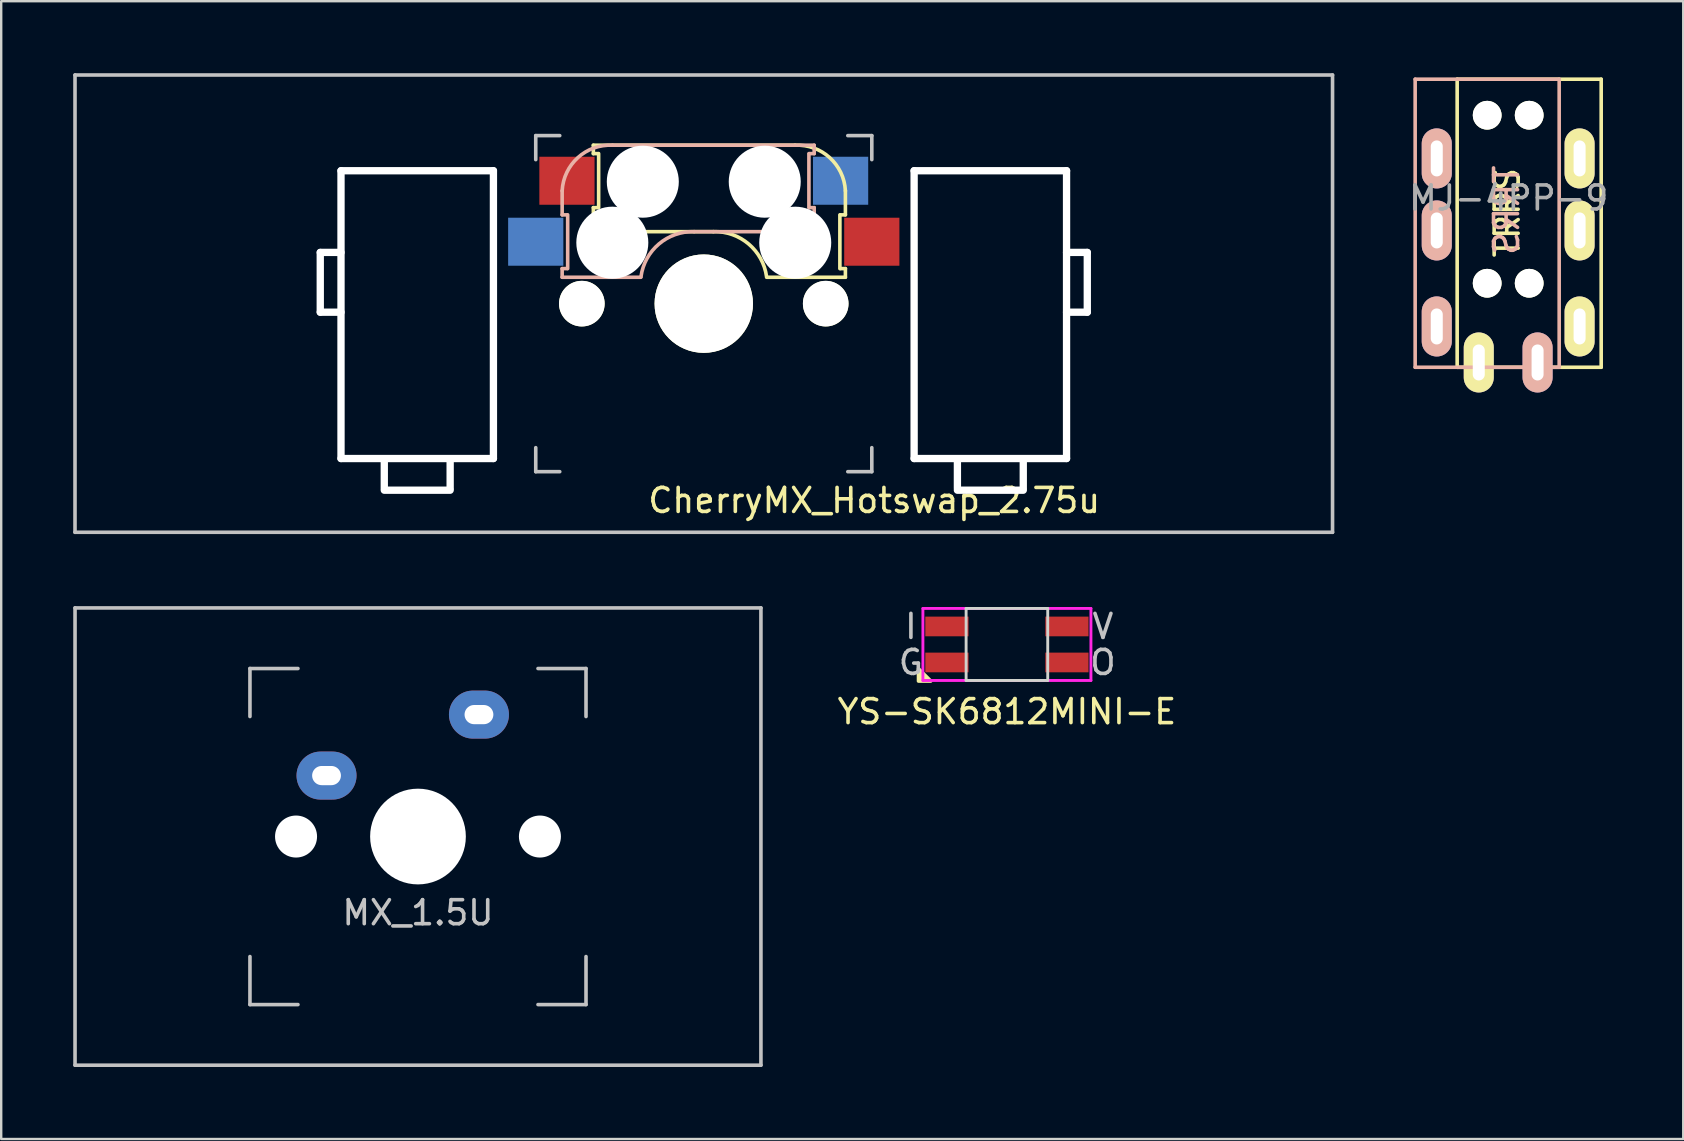
<source format=kicad_pcb>
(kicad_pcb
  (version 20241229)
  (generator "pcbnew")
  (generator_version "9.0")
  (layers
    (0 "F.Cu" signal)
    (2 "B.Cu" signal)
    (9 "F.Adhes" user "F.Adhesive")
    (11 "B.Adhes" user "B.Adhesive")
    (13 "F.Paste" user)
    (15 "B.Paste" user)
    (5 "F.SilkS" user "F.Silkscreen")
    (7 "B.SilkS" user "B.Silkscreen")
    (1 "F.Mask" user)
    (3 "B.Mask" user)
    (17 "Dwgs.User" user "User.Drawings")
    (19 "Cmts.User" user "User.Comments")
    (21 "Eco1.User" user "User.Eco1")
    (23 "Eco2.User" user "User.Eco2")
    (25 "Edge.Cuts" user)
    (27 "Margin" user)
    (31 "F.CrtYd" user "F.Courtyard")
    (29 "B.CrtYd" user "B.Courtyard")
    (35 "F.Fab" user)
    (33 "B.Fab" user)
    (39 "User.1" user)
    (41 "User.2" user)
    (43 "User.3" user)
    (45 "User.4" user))
  (footprint "MJ-4PP-9"
    (layer "F.Cu")
    (at 60.655 0.25)
    (property "Reference" "MJ-4PP-9" (at -0.85 4.95 0) (layer "F.Fab") (effects (font (size 1 1) (thickness 0.15))))
    (attr through_hole)
    (fp_line (start -3 0) (end 3 0) (stroke (width 0.15) (type solid)) (layer "F.SilkS"))
    (fp_line (start -3 12) (end -3 0) (stroke (width 0.15) (type solid)) (layer "F.SilkS"))
    (fp_line (start 3 0) (end 3 12) (stroke (width 0.15) (type solid)) (layer "F.SilkS"))
    (fp_line (start 3 12) (end -3 12) (stroke (width 0.15) (type solid)) (layer "F.SilkS"))
    (fp_line (start -4.75 0) (end 1.25 0) (stroke (width 0.15) (type solid)) (layer "B.SilkS"))
    (fp_line (start -4.75 12) (end -4.75 0) (stroke (width 0.15) (type solid)) (layer "B.SilkS"))
    (fp_line (start 1.25 0) (end 1.25 12) (stroke (width 0.15) (type solid)) (layer "B.SilkS"))
    (fp_line (start 1.25 12) (end -4.75 12) (stroke (width 0.15) (type solid)) (layer "B.SilkS"))
    (fp_text user "TRRS" (at -0.914 5.56 90) (layer "F.SilkS") (effects (font (size 1 1) (thickness 0.15))))
    (fp_text user "TRRS" (at -0.94 5.458 90) (layer "B.SilkS") (effects (font (size 1 1) (thickness 0.15)) (justify mirror)))
    (pad "" np_thru_hole circle (at -1.75 1.5) (size 1.2 1.2) (drill 1.2) (layers "*.Cu" "*.Mask" "F.SilkS"))
    (pad "" np_thru_hole circle (at -1.75 8.5) (size 1.2 1.2) (drill 1.2) (layers "*.Cu" "*.Mask" "F.SilkS"))
    (pad "" np_thru_hole circle (at 0 1.5) (size 1.2 1.2) (drill 1.2) (layers "*.Cu" "*.Mask" "F.SilkS"))
    (pad "" np_thru_hole circle (at 0 8.5) (size 1.2 1.2) (drill 1.2) (layers "*.Cu" "*.Mask" "F.SilkS"))
    (pad "A" thru_hole oval (at -2.1 11.8) (size 1.25 2.5) (drill oval 0.5 1.5) (layers "*.Cu" "B.Mask" "F.SilkS"))
    (pad "A" thru_hole oval (at 0.35 11.8) (size 1.25 2.5) (drill oval 0.5 1.5) (layers "*.Cu" "F.Mask" "B.SilkS"))
    (pad "B" thru_hole oval (at -3.85 3.3) (size 1.25 2.5) (drill oval 0.5 1.5) (layers "*.Cu" "F.Mask" "B.SilkS"))
    (pad "B" thru_hole oval (at 2.1 3.3) (size 1.25 2.5) (drill oval 0.5 1.5) (layers "*.Cu" "B.Mask" "F.SilkS"))
    (pad "C" thru_hole oval (at -3.85 6.3) (size 1.25 2.5) (drill oval 0.5 1.5) (layers "*.Cu" "F.Mask" "B.SilkS"))
    (pad "C" thru_hole oval (at 2.1 6.3) (size 1.25 2.5) (drill oval 0.5 1.5) (layers "*.Cu" "B.Mask" "F.SilkS"))
    (pad "D" thru_hole oval (at -3.85 10.3) (size 1.25 2.5) (drill oval 0.5 1.5) (layers "*.Cu" "F.Mask" "B.SilkS"))
    (pad "D" thru_hole oval (at 2.1 10.3) (size 1.25 2.5) (drill oval 0.5 1.5) (layers "*.Cu" "B.Mask" "F.SilkS")))
  (footprint "YS-SK6812MINI-E"
    (layer "F.Cu")
    (at 38.898 23.798)
    (property "Reference" "YS-SK6812MINI-E" (at 0 2.8 0) (layer "F.SilkS") (effects (font (size 1 1) (thickness 0.15))))
    (attr through_hole)
    (fp_poly (pts (xy -3.683 1.016) (xy -3.175 1.524) (xy -3.683 1.524)) (stroke (width 0.15) (type solid)) (fill yes) (layer "F.SilkS"))
    (fp_line (start -1.7 -1.5) (end -1.7 1.5) (stroke (width 0.12) (type solid)) (layer "Edge.Cuts"))
    (fp_line (start -1.7 1.5) (end 1.7 1.5) (stroke (width 0.12) (type solid)) (layer "Edge.Cuts"))
    (fp_line (start 1.7 -1.5) (end -1.7 -1.5) (stroke (width 0.12) (type solid)) (layer "Edge.Cuts"))
    (fp_line (start 1.7 1.5) (end 1.7 -1.5) (stroke (width 0.12) (type solid)) (layer "Edge.Cuts"))
    (fp_line (start -3.5 -1.5) (end -3.5 1.5) (stroke (width 0.12) (type solid)) (layer "F.CrtYd"))
    (fp_line (start -3.5 1.5) (end 3.5 1.5) (stroke (width 0.12) (type solid)) (layer "F.CrtYd"))
    (fp_line (start 3.5 -1.5) (end -3.5 -1.5) (stroke (width 0.12) (type solid)) (layer "F.CrtYd"))
    (fp_line (start 3.5 1.5) (end 3.5 -1.5) (stroke (width 0.12) (type solid)) (layer "F.CrtYd"))
    (fp_text user "O" (at 4 0.75 0) (layer "Dwgs.User") (effects (font (size 1 1) (thickness 0.15))))
    (fp_text user "G" (at -4 0.75 0) (layer "Dwgs.User") (effects (font (size 1 1) (thickness 0.15))))
    (fp_text user "I" (at -4 -0.75 0) (layer "Dwgs.User") (effects (font (size 1 1) (thickness 0.15))))
    (fp_text user "V" (at 4 -0.75 0) (layer "Dwgs.User") (effects (font (size 1 1) (thickness 0.15))))
    (pad "1" smd rect (at 2.5 -0.75) (size 1.8 0.82) (layers "F.Cu" "F.Mask" "F.Paste"))
    (pad "2" smd rect (at 2.5 0.75) (size 1.8 0.82) (layers "F.Cu" "F.Mask" "F.Paste"))
    (pad "3" smd rect (at -2.5 0.75) (size 1.8 0.82) (layers "F.Cu" "F.Mask" "F.Paste"))
    (pad "4" smd rect (at -2.5 -0.75) (size 1.8 0.82) (layers "F.Cu" "F.Mask" "F.Paste")))
  (footprint "MX_1.5U"
    (layer "F.Cu")
    (at 14.363 31.8)
    (property "Reference" "MX_1.5U" (at 0 3.175 0) (layer "Dwgs.User") (effects (font (size 1 1) (thickness 0.15))))
    (attr through_hole)
    (fp_line (start -14.287 -9.525) (end 14.287 -9.525) (stroke (width 0.15) (type solid)) (layer "Dwgs.User"))
    (fp_line (start -14.287 9.525) (end -14.287 -9.525) (stroke (width 0.15) (type solid)) (layer "Dwgs.User"))
    (fp_line (start -14.287 9.525) (end 14.287 9.525) (stroke (width 0.15) (type solid)) (layer "Dwgs.User"))
    (fp_line (start -7 -7) (end -7 -5) (stroke (width 0.15) (type solid)) (layer "Dwgs.User"))
    (fp_line (start -7 5) (end -7 7) (stroke (width 0.15) (type solid)) (layer "Dwgs.User"))
    (fp_line (start -7 7) (end -5 7) (stroke (width 0.15) (type solid)) (layer "Dwgs.User"))
    (fp_line (start -5 -7) (end -7 -7) (stroke (width 0.15) (type solid)) (layer "Dwgs.User"))
    (fp_line (start 5 -7) (end 7 -7) (stroke (width 0.15) (type solid)) (layer "Dwgs.User"))
    (fp_line (start 5 7) (end 7 7) (stroke (width 0.15) (type solid)) (layer "Dwgs.User"))
    (fp_line (start 7 -7) (end 7 -5) (stroke (width 0.15) (type solid)) (layer "Dwgs.User"))
    (fp_line (start 7 7) (end 7 5) (stroke (width 0.15) (type solid)) (layer "Dwgs.User"))
    (fp_line (start 14.287 -9.525) (end 14.287 9.525) (stroke (width 0.15) (type solid)) (layer "Dwgs.User"))
    (pad "" np_thru_hole circle (at -5.08 0 48.1) (size 1.75 1.75) (drill 1.75) (layers "*.Cu" "*.Mask"))
    (pad "" np_thru_hole circle (at 0 0) (size 3.988 3.988) (drill 3.988) (layers "*.Cu" "*.Mask"))
    (pad "" np_thru_hole circle (at 5.08 0 48.1) (size 1.75 1.75) (drill 1.75) (layers "*.Cu" "*.Mask"))
    (pad "1" thru_hole oval (at -3.81 -2.54) (size 2.5 2) (drill oval 1.2 0.8) (layers "*.Cu" "B.Mask"))
    (pad "2" thru_hole oval (at 2.54 -5.08) (size 2.5 2) (drill oval 1.2 0.8) (layers "*.Cu" "B.Mask")))
  (footprint "CherryMX_Hotswap_2.75u"
    (layer "F.Cu")
    (at 26.269 9.6)
    (property "Reference" "CherryMX_Hotswap_2.75u" (at 7.1 8.2 0) (layer "F.SilkS") (effects (font (size 1 1) (thickness 0.15))))
    (attr through_hole)
    (fp_line (start -4.6 -6.6) (end 3.8 -6.6) (stroke (width 0.15) (type solid)) (layer "F.SilkS"))
    (fp_line (start -4.6 -6.25) (end -4.6 -6.6) (stroke (width 0.15) (type solid)) (layer "F.SilkS"))
    (fp_line (start -4.6 -4) (end -4.4 -4) (stroke (width 0.15) (type solid)) (layer "F.SilkS"))
    (fp_line (start -4.6 -3) (end -4.6 -4) (stroke (width 0.15) (type solid)) (layer "F.SilkS"))
    (fp_line (start -4.4 -6.25) (end -4.6 -6.25) (stroke (width 0.15) (type solid)) (layer "F.SilkS"))
    (fp_line (start -4.38 -4) (end -4.38 -6.25) (stroke (width 0.15) (type solid)) (layer "F.SilkS"))
    (fp_line (start 0.4 -3) (end -4.6 -3) (stroke (width 0.15) (type solid)) (layer "F.SilkS"))
    (fp_line (start 5.67 -3.7) (end 5.67 -1.46) (stroke (width 0.15) (type solid)) (layer "F.SilkS"))
    (fp_line (start 5.7 -1.46) (end 5.9 -1.46) (stroke (width 0.15) (type solid)) (layer "F.SilkS"))
    (fp_line (start 5.9 -4.7) (end 5.9 -3.7) (stroke (width 0.15) (type solid)) (layer "F.SilkS"))
    (fp_line (start 5.9 -3.7) (end 5.7 -3.7) (stroke (width 0.15) (type solid)) (layer "F.SilkS"))
    (fp_line (start 5.9 -1.1) (end 2.62 -1.1) (stroke (width 0.15) (type solid)) (layer "F.SilkS"))
    (fp_line (start 5.9 -1.1) (end 5.9 -1.46) (stroke (width 0.15) (type solid)) (layer "F.SilkS"))
    (fp_arc (start 0.4 -3) (mid 1.868709 -2.486118) (end 2.616318 -1.121471) (stroke (width 0.15) (type solid)) (layer "F.SilkS"))
    (fp_arc (start 3.8 -6.600001) (mid 5.243504 -6.084925) (end 5.900001 -4.7) (stroke (width 0.15) (type solid)) (layer "F.SilkS"))
    (fp_line (start -5.9 -4.7) (end -5.9 -3.7) (stroke (width 0.15) (type solid)) (layer "B.SilkS"))
    (fp_line (start -5.9 -3.7) (end -5.7 -3.7) (stroke (width 0.15) (type solid)) (layer "B.SilkS"))
    (fp_line (start -5.9 -1.1) (end -5.9 -1.46) (stroke (width 0.15) (type solid)) (layer "B.SilkS"))
    (fp_line (start -5.9 -1.1) (end -2.62 -1.1) (stroke (width 0.15) (type solid)) (layer "B.SilkS"))
    (fp_line (start -5.7 -1.46) (end -5.9 -1.46) (stroke (width 0.15) (type solid)) (layer "B.SilkS"))
    (fp_line (start -5.67 -3.7) (end -5.67 -1.46) (stroke (width 0.15) (type solid)) (layer "B.SilkS"))
    (fp_line (start -0.4 -3) (end 4.6 -3) (stroke (width 0.15) (type solid)) (layer "B.SilkS"))
    (fp_line (start 4.38 -4) (end 4.38 -6.25) (stroke (width 0.15) (type solid)) (layer "B.SilkS"))
    (fp_line (start 4.4 -6.25) (end 4.6 -6.25) (stroke (width 0.15) (type solid)) (layer "B.SilkS"))
    (fp_line (start 4.6 -6.6) (end -3.8 -6.6) (stroke (width 0.15) (type solid)) (layer "B.SilkS"))
    (fp_line (start 4.6 -6.25) (end 4.6 -6.6) (stroke (width 0.15) (type solid)) (layer "B.SilkS"))
    (fp_line (start 4.6 -4) (end 4.4 -4) (stroke (width 0.15) (type solid)) (layer "B.SilkS"))
    (fp_line (start 4.6 -3) (end 4.6 -4) (stroke (width 0.15) (type solid)) (layer "B.SilkS"))
    (fp_arc (start -5.9 -4.699999) (mid -5.243504 -6.084924) (end -3.800001 -6.6) (stroke (width 0.15) (type solid)) (layer "B.SilkS"))
    (fp_arc (start -2.616318 -1.121471) (mid -1.868709 -2.486118) (end -0.4 -3) (stroke (width 0.15) (type solid)) (layer "B.SilkS"))
    (fp_line (start -26.194 -9.525) (end 26.194 -9.525) (stroke (width 0.15) (type solid)) (layer "Dwgs.User"))
    (fp_line (start -26.194 9.525) (end -26.194 -9.525) (stroke (width 0.15) (type solid)) (layer "Dwgs.User"))
    (fp_line (start -7 -7) (end -6 -7) (stroke (width 0.15) (type solid)) (layer "Dwgs.User"))
    (fp_line (start -7 -6) (end -7 -7) (stroke (width 0.15) (type solid)) (layer "Dwgs.User"))
    (fp_line (start -7 6) (end -7 7) (stroke (width 0.15) (type solid)) (layer "Dwgs.User"))
    (fp_line (start -7 7) (end -6 7) (stroke (width 0.15) (type solid)) (layer "Dwgs.User"))
    (fp_line (start 6 7) (end 7 7) (stroke (width 0.15) (type solid)) (layer "Dwgs.User"))
    (fp_line (start 7 -7) (end 6 -7) (stroke (width 0.15) (type solid)) (layer "Dwgs.User"))
    (fp_line (start 7 -7) (end 7 -6) (stroke (width 0.15) (type solid)) (layer "Dwgs.User"))
    (fp_line (start 7 7) (end 7 6) (stroke (width 0.15) (type solid)) (layer "Dwgs.User"))
    (fp_line (start 26.194 -9.525) (end 26.194 9.525) (stroke (width 0.15) (type solid)) (layer "Dwgs.User"))
    (fp_line (start 26.194 9.525) (end -26.194 9.525) (stroke (width 0.15) (type solid)) (layer "Dwgs.User"))
    (pad "" np_thru_hole oval (at -15.977 -0.889) (size 0.305 2.794) (drill oval 0.305 2.794) (layers "*.Cu" "*.Mask"))
    (pad "" np_thru_hole oval (at -15.545 -2.134) (size 1.168 0.305) (drill oval 1.168 0.305) (layers "*.Cu" "*.Mask"))
    (pad "" np_thru_hole oval (at -15.545 0.356) (size 1.168 0.305) (drill oval 1.168 0.305) (layers "*.Cu" "*.Mask"))
    (pad "" np_thru_hole oval (at -15.113 0.457) (size 0.305 12.294) (drill oval 0.305 12.294) (layers "*.Cu" "*.Mask"))
    (pad "" np_thru_hole oval (at -13.31 7.112) (size 0.305 1.473) (drill oval 0.305 1.473) (layers "*.Cu" "*.Mask"))
    (pad "" np_thru_hole oval (at -11.938 -5.537) (size 6.655 0.305) (drill oval 6.655 0.305) (layers "*.Cu" "*.Mask"))
    (pad "" np_thru_hole oval (at -11.938 6.452) (size 6.655 0.305) (drill oval 6.655 0.305) (layers "*.Cu" "*.Mask"))
    (pad "" np_thru_hole oval (at -11.938 7.772) (size 3.048 0.305) (drill oval 3.048 0.305) (layers "*.Cu" "*.Mask"))
    (pad "" np_thru_hole oval (at -10.566 7.112) (size 0.305 1.473) (drill oval 0.305 1.473) (layers "*.Cu" "*.Mask"))
    (pad "" np_thru_hole oval (at -8.763 0.457) (size 0.305 12.294) (drill oval 0.305 12.294) (layers "*.Cu" "*.Mask"))
    (pad "" np_thru_hole circle (at -5.08 0) (size 1.9 1.9) (drill 1.9) (layers "*.Cu" "*.Mask" "F.SilkS"))
    (pad "" np_thru_hole circle (at -3.81 -2.54 180) (size 3 3) (drill 3) (layers "*.Cu" "*.Mask"))
    (pad "" np_thru_hole circle (at -2.54 -5.08 180) (size 3 3) (drill 3) (layers "*.Cu" "*.Mask"))
    (pad "" np_thru_hole circle (at 0 0 90) (size 4.1 4.1) (drill 4.1) (layers "*.Cu" "*.Mask" "F.SilkS"))
    (pad "" np_thru_hole circle (at 2.54 -5.08 180) (size 3 3) (drill 3) (layers "*.Cu" "*.Mask"))
    (pad "" np_thru_hole circle (at 3.81 -2.54 180) (size 3 3) (drill 3) (layers "*.Cu" "*.Mask"))
    (pad "" np_thru_hole circle (at 5.08 0) (size 1.9 1.9) (drill 1.9) (layers "*.Cu" "*.Mask" "F.SilkS"))
    (pad "" np_thru_hole oval (at 8.763 0.457) (size 0.305 12.294) (drill oval 0.305 12.294) (layers "*.Cu" "*.Mask"))
    (pad "" np_thru_hole oval (at 10.566 7.112) (size 0.305 1.473) (drill oval 0.305 1.473) (layers "*.Cu" "*.Mask"))
    (pad "" np_thru_hole oval (at 11.938 -5.537) (size 6.655 0.305) (drill oval 6.655 0.305) (layers "*.Cu" "*.Mask"))
    (pad "" np_thru_hole oval (at 11.938 6.452) (size 6.655 0.305) (drill oval 6.655 0.305) (layers "*.Cu" "*.Mask"))
    (pad "" np_thru_hole oval (at 11.938 7.772) (size 3.048 0.305) (drill oval 3.048 0.305) (layers "*.Cu" "*.Mask"))
    (pad "" np_thru_hole oval (at 13.31 7.112) (size 0.305 1.473) (drill oval 0.305 1.473) (layers "*.Cu" "*.Mask"))
    (pad "" np_thru_hole oval (at 15.113 0.457) (size 0.305 12.294) (drill oval 0.305 12.294) (layers "*.Cu" "*.Mask"))
    (pad "" np_thru_hole oval (at 15.545 -2.134) (size 1.168 0.305) (drill oval 1.168 0.305) (layers "*.Cu" "*.Mask"))
    (pad "" np_thru_hole oval (at 15.545 0.356) (size 1.168 0.305) (drill oval 1.168 0.305) (layers "*.Cu" "*.Mask"))
    (pad "" np_thru_hole oval (at 15.977 -0.889) (size 0.305 2.794) (drill oval 0.305 2.794) (layers "*.Cu" "*.Mask"))
    (pad "1" smd rect (at -7 -2.58 180) (size 2.3 2) (layers "B.Cu" "B.Mask" "B.Paste"))
    (pad "1" smd rect (at 7 -2.58 180) (size 2.3 2) (layers "F.Cu" "F.Mask" "F.Paste"))
    (pad "2" smd rect (at -5.7 -5.12 180) (size 2.3 2) (layers "F.Cu" "F.Mask" "F.Paste"))
    (pad "2" smd rect (at 5.7 -5.12 180) (size 2.3 2) (layers "B.Cu" "B.Mask" "B.Paste")))
  (gr_rect
    (start -3 -3)
    (end 67.073 44.4)
    (stroke (width 0.1) (type default))
    (fill no)
    (layer "Edge.Cuts")))
</source>
